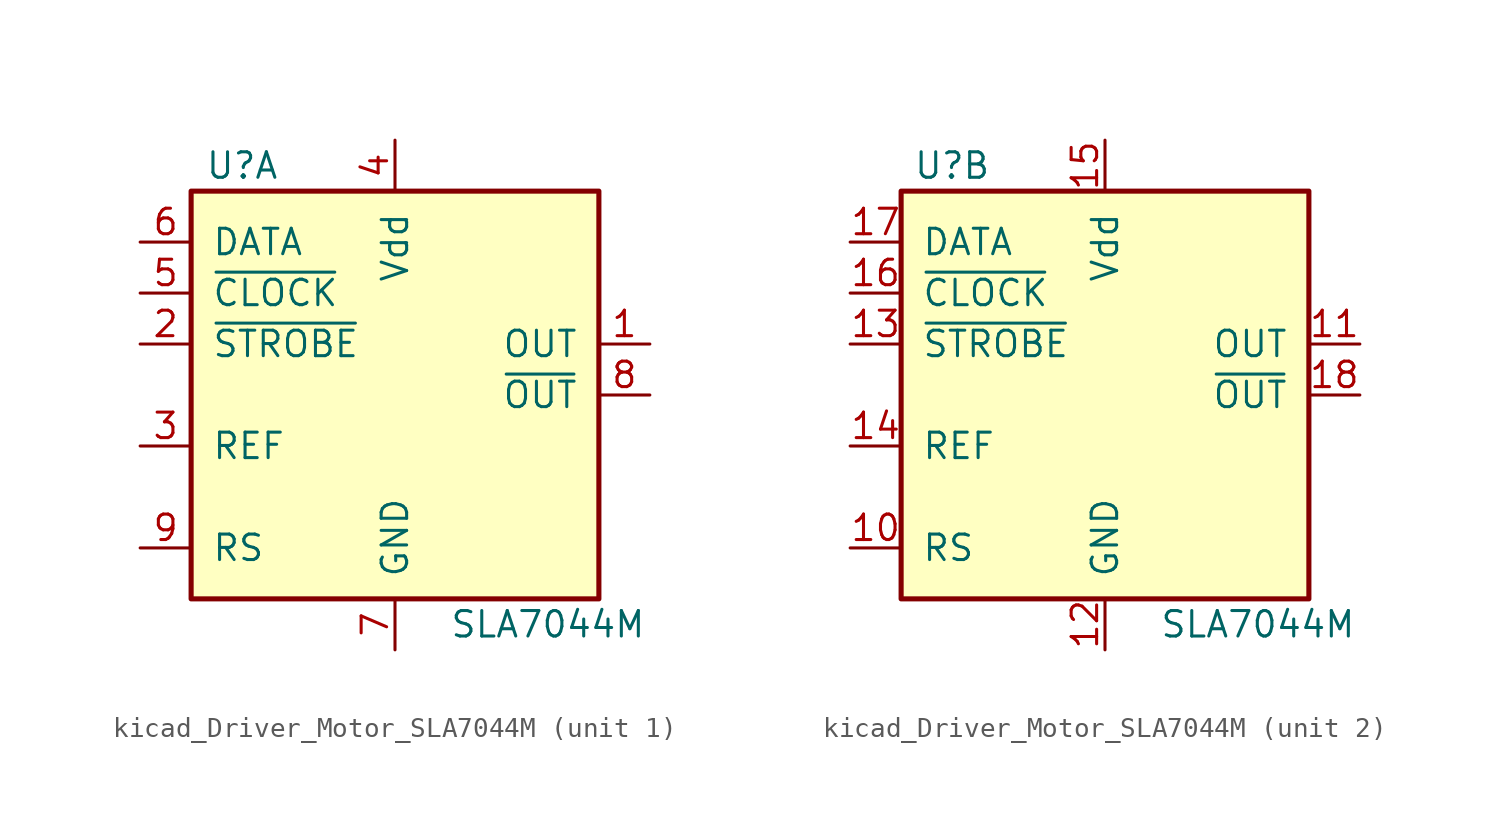
<source format=kicad_sym>
(kicad_symbol_lib
  (version 20220914)
  (generator kicad_symbol_editor)
  (symbol "kicad_Driver_Motor_SLA7044M"
    (pin_names
      (offset 1.016))
    (property "Reference" "U"
      (at -7.62 11.43 0)
      (effects (font (size 1.27 1.27))))
    (property "Value" "SLA7044M"
      (at 7.62 -11.43 0)
      (effects (font (size 1.27 1.27))))
    (symbol "kicad_Driver_Motor_SLA7044M_0_1"
      (rectangle (start -10.16 10.16) (end 10.16 -10.16) (stroke (width 0.254) (type default)) (fill (type background))))
    (symbol "kicad_Driver_Motor_SLA7044M_1_1"
      (pin output line (at 12.7 2.54 180) (length 2.54) (name "OUT" (effects (font (size 1.27 1.27)))) (number "1" (effects (font (size 1.27 1.27)))))
      (pin input line (at -12.7 2.54 0) (length 2.54) (name "~{STROBE}" (effects (font (size 1.27 1.27)))) (number "2" (effects (font (size 1.27 1.27)))))
      (pin input line (at -12.7 -2.54 0) (length 2.54) (name "REF" (effects (font (size 1.27 1.27)))) (number "3" (effects (font (size 1.27 1.27)))))
      (pin power_in line (at 0 12.7 270) (length 2.54) (name "Vdd" (effects (font (size 1.27 1.27)))) (number "4" (effects (font (size 1.27 1.27)))))
      (pin input line (at -12.7 5.08 0) (length 2.54) (name "~{CLOCK}" (effects (font (size 1.27 1.27)))) (number "5" (effects (font (size 1.27 1.27)))))
      (pin input line (at -12.7 7.62 0) (length 2.54) (name "DATA" (effects (font (size 1.27 1.27)))) (number "6" (effects (font (size 1.27 1.27)))))
      (pin power_in line (at 0 -12.7 90) (length 2.54) (name "GND" (effects (font (size 1.27 1.27)))) (number "7" (effects (font (size 1.27 1.27)))))
      (pin output line (at 12.7 0 180) (length 2.54) (name "~{OUT}" (effects (font (size 1.27 1.27)))) (number "8" (effects (font (size 1.27 1.27)))))
      (pin input line (at -12.7 -7.62 0) (length 2.54) (name "RS" (effects (font (size 1.27 1.27)))) (number "9" (effects (font (size 1.27 1.27))))))
    (symbol "kicad_Driver_Motor_SLA7044M_2_1"
      (pin input line (at -12.7 -7.62 0) (length 2.54) (name "RS" (effects (font (size 1.27 1.27)))) (number "10" (effects (font (size 1.27 1.27)))))
      (pin output line (at 12.7 2.54 180) (length 2.54) (name "OUT" (effects (font (size 1.27 1.27)))) (number "11" (effects (font (size 1.27 1.27)))))
      (pin power_in line (at 0 -12.7 90) (length 2.54) (name "GND" (effects (font (size 1.27 1.27)))) (number "12" (effects (font (size 1.27 1.27)))))
      (pin input line (at -12.7 2.54 0) (length 2.54) (name "~{STROBE}" (effects (font (size 1.27 1.27)))) (number "13" (effects (font (size 1.27 1.27)))))
      (pin input line (at -12.7 -2.54 0) (length 2.54) (name "REF" (effects (font (size 1.27 1.27)))) (number "14" (effects (font (size 1.27 1.27)))))
      (pin power_in line (at 0 12.7 270) (length 2.54) (name "Vdd" (effects (font (size 1.27 1.27)))) (number "15" (effects (font (size 1.27 1.27)))))
      (pin input line (at -12.7 5.08 0) (length 2.54) (name "~{CLOCK}" (effects (font (size 1.27 1.27)))) (number "16" (effects (font (size 1.27 1.27)))))
      (pin input line (at -12.7 7.62 0) (length 2.54) (name "DATA" (effects (font (size 1.27 1.27)))) (number "17" (effects (font (size 1.27 1.27)))))
      (pin output line (at 12.7 0 180) (length 2.54) (name "~{OUT}" (effects (font (size 1.27 1.27)))) (number "18" (effects (font (size 1.27 1.27))))))))
</source>
